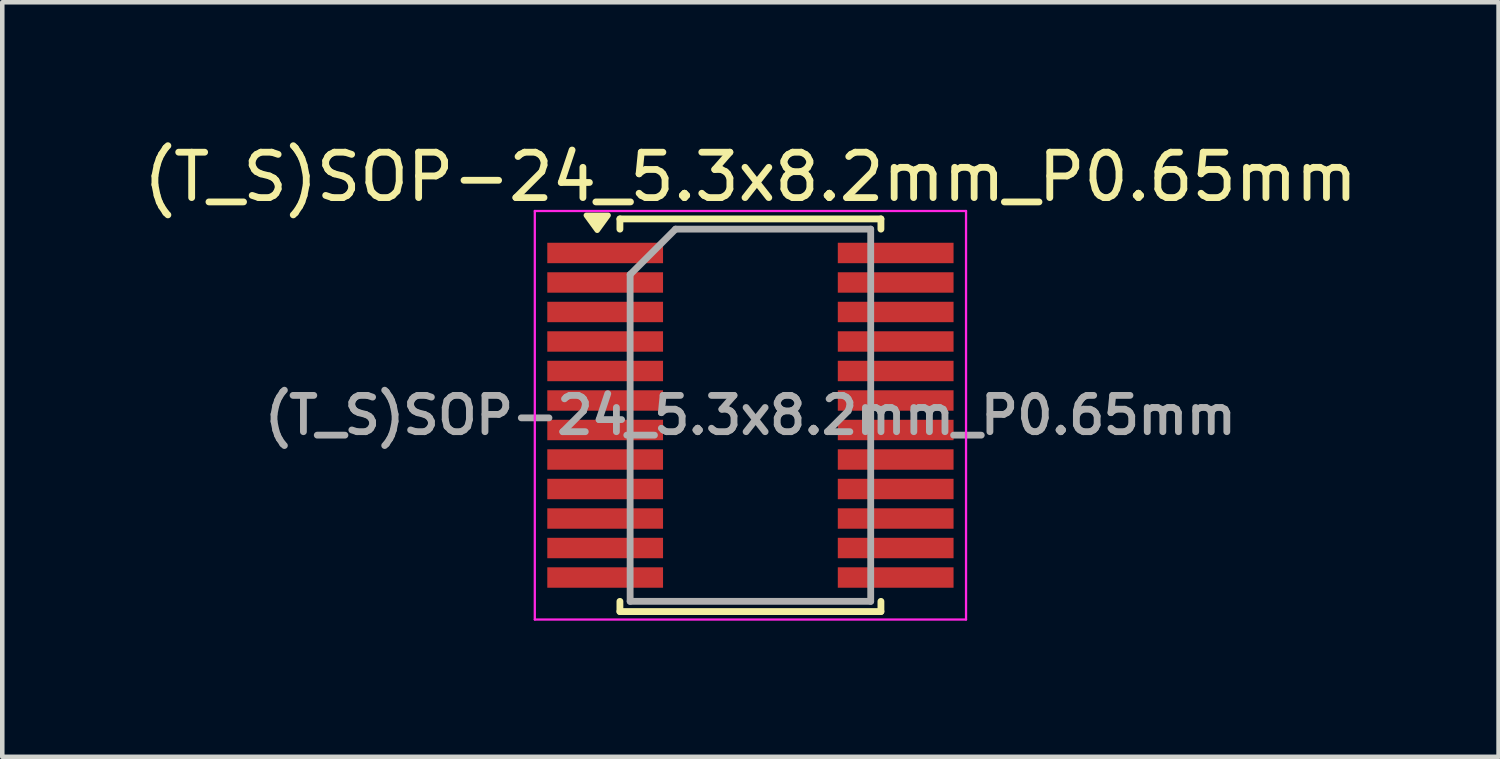
<source format=kicad_pcb>
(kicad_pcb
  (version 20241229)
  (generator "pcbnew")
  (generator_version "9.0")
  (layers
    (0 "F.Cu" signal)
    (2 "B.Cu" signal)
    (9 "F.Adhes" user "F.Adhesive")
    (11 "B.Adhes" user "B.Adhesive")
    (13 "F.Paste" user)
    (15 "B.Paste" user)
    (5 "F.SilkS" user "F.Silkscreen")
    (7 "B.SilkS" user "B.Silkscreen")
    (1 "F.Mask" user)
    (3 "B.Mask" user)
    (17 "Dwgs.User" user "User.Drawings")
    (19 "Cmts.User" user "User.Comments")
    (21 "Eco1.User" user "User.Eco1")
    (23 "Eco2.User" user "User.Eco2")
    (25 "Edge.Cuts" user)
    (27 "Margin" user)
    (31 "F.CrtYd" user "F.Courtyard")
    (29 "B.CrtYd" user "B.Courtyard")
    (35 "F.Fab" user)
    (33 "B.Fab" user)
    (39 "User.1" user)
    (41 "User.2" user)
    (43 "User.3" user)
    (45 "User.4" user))
  (footprint "(T_S)SOP-24_5.3x8.2mm_P0.65mm"
    (layer "F.Cu")
    (at 13.482 6.098)
    (property "Reference" "(T_S)SOP-24_5.3x8.2mm_P0.65mm" (at 0 -5.25 180) (layer "F.SilkS") (effects (font (size 1 1) (thickness 0.15))))
    (attr smd)
    (fp_line (start -2.875 -4.325) (end -2.875 -4.1) (stroke (width 0.15) (type solid)) (layer "F.SilkS"))
    (fp_line (start -2.875 -4.325) (end 2.875 -4.325) (stroke (width 0.15) (type solid)) (layer "F.SilkS"))
    (fp_line (start -2.875 4.325) (end -2.875 4.1) (stroke (width 0.15) (type solid)) (layer "F.SilkS"))
    (fp_line (start -2.875 4.325) (end 2.875 4.325) (stroke (width 0.15) (type solid)) (layer "F.SilkS"))
    (fp_line (start 2.875 -4.325) (end 2.875 -4.1) (stroke (width 0.15) (type solid)) (layer "F.SilkS"))
    (fp_line (start 2.875 4.325) (end 2.875 4.1) (stroke (width 0.15) (type solid)) (layer "F.SilkS"))
    (fp_poly (pts (xy -3.375 -4.075) (xy -3.615 -4.405) (xy -3.135 -4.405) (xy -3.375 -4.075)) (stroke (width 0.12) (type solid)) (fill yes) (layer "F.SilkS"))
    (fp_line (start -4.75 -4.5) (end -4.75 4.5) (stroke (width 0.05) (type solid)) (layer "F.CrtYd"))
    (fp_line (start -4.75 -4.5) (end 4.75 -4.5) (stroke (width 0.05) (type solid)) (layer "F.CrtYd"))
    (fp_line (start -4.75 4.5) (end 4.75 4.5) (stroke (width 0.05) (type solid)) (layer "F.CrtYd"))
    (fp_line (start 4.75 -4.5) (end 4.75 4.5) (stroke (width 0.05) (type solid)) (layer "F.CrtYd"))
    (fp_line (start -2.65 -3.1) (end -1.65 -4.1) (stroke (width 0.15) (type solid)) (layer "F.Fab"))
    (fp_line (start -2.65 4.1) (end -2.65 -3.1) (stroke (width 0.15) (type solid)) (layer "F.Fab"))
    (fp_line (start -1.65 -4.1) (end 2.65 -4.1) (stroke (width 0.15) (type solid)) (layer "F.Fab"))
    (fp_line (start 2.65 -4.1) (end 2.65 4.1) (stroke (width 0.15) (type solid)) (layer "F.Fab"))
    (fp_line (start 2.65 4.1) (end -2.65 4.1) (stroke (width 0.15) (type solid)) (layer "F.Fab"))
    (fp_text user "${REFERENCE}" (at 0 0 180) (layer "F.Fab") (effects (font (size 0.8 0.8) (thickness 0.15))))
    (pad "1" smd rect (at -3.2 -3.575) (size 2.55 0.45) (layers "F.Cu" "F.Mask" "F.Paste"))
    (pad "2" smd rect (at -3.2 -2.925) (size 2.55 0.45) (layers "F.Cu" "F.Mask" "F.Paste"))
    (pad "3" smd rect (at -3.2 -2.275) (size 2.55 0.45) (layers "F.Cu" "F.Mask" "F.Paste"))
    (pad "4" smd rect (at -3.2 -1.625) (size 2.55 0.45) (layers "F.Cu" "F.Mask" "F.Paste"))
    (pad "5" smd rect (at -3.2 -0.975) (size 2.55 0.45) (layers "F.Cu" "F.Mask" "F.Paste"))
    (pad "6" smd rect (at -3.2 -0.325) (size 2.55 0.45) (layers "F.Cu" "F.Mask" "F.Paste"))
    (pad "7" smd rect (at -3.2 0.325) (size 2.55 0.45) (layers "F.Cu" "F.Mask" "F.Paste"))
    (pad "8" smd rect (at -3.2 0.975) (size 2.55 0.45) (layers "F.Cu" "F.Mask" "F.Paste"))
    (pad "9" smd rect (at -3.2 1.625) (size 2.55 0.45) (layers "F.Cu" "F.Mask" "F.Paste"))
    (pad "10" smd rect (at -3.2 2.275) (size 2.55 0.45) (layers "F.Cu" "F.Mask" "F.Paste"))
    (pad "11" smd rect (at -3.2 2.925) (size 2.55 0.45) (layers "F.Cu" "F.Mask" "F.Paste"))
    (pad "12" smd rect (at -3.2 3.575) (size 2.55 0.45) (layers "F.Cu" "F.Mask" "F.Paste"))
    (pad "13" smd rect (at 3.2 3.575) (size 2.55 0.45) (layers "F.Cu" "F.Mask" "F.Paste"))
    (pad "14" smd rect (at 3.2 2.925) (size 2.55 0.45) (layers "F.Cu" "F.Mask" "F.Paste"))
    (pad "15" smd rect (at 3.2 2.275) (size 2.55 0.45) (layers "F.Cu" "F.Mask" "F.Paste"))
    (pad "16" smd rect (at 3.2 1.625) (size 2.55 0.45) (layers "F.Cu" "F.Mask" "F.Paste"))
    (pad "17" smd rect (at 3.2 0.975) (size 2.55 0.45) (layers "F.Cu" "F.Mask" "F.Paste"))
    (pad "18" smd rect (at 3.2 0.325) (size 2.55 0.45) (layers "F.Cu" "F.Mask" "F.Paste"))
    (pad "19" smd rect (at 3.2 -0.325) (size 2.55 0.45) (layers "F.Cu" "F.Mask" "F.Paste"))
    (pad "20" smd rect (at 3.2 -0.975) (size 2.55 0.45) (layers "F.Cu" "F.Mask" "F.Paste"))
    (pad "21" smd rect (at 3.2 -1.625) (size 2.55 0.45) (layers "F.Cu" "F.Mask" "F.Paste"))
    (pad "22" smd rect (at 3.2 -2.275) (size 2.55 0.45) (layers "F.Cu" "F.Mask" "F.Paste"))
    (pad "23" smd rect (at 3.2 -2.925) (size 2.55 0.45) (layers "F.Cu" "F.Mask" "F.Paste"))
    (pad "24" smd rect (at 3.2 -3.575) (size 2.55 0.45) (layers "F.Cu" "F.Mask" "F.Paste")))
  (gr_rect
    (start -3 -3)
    (end 29.964 13.623)
    (stroke (width 0.1) (type default))
    (fill no)
    (layer "Edge.Cuts")))
</source>
